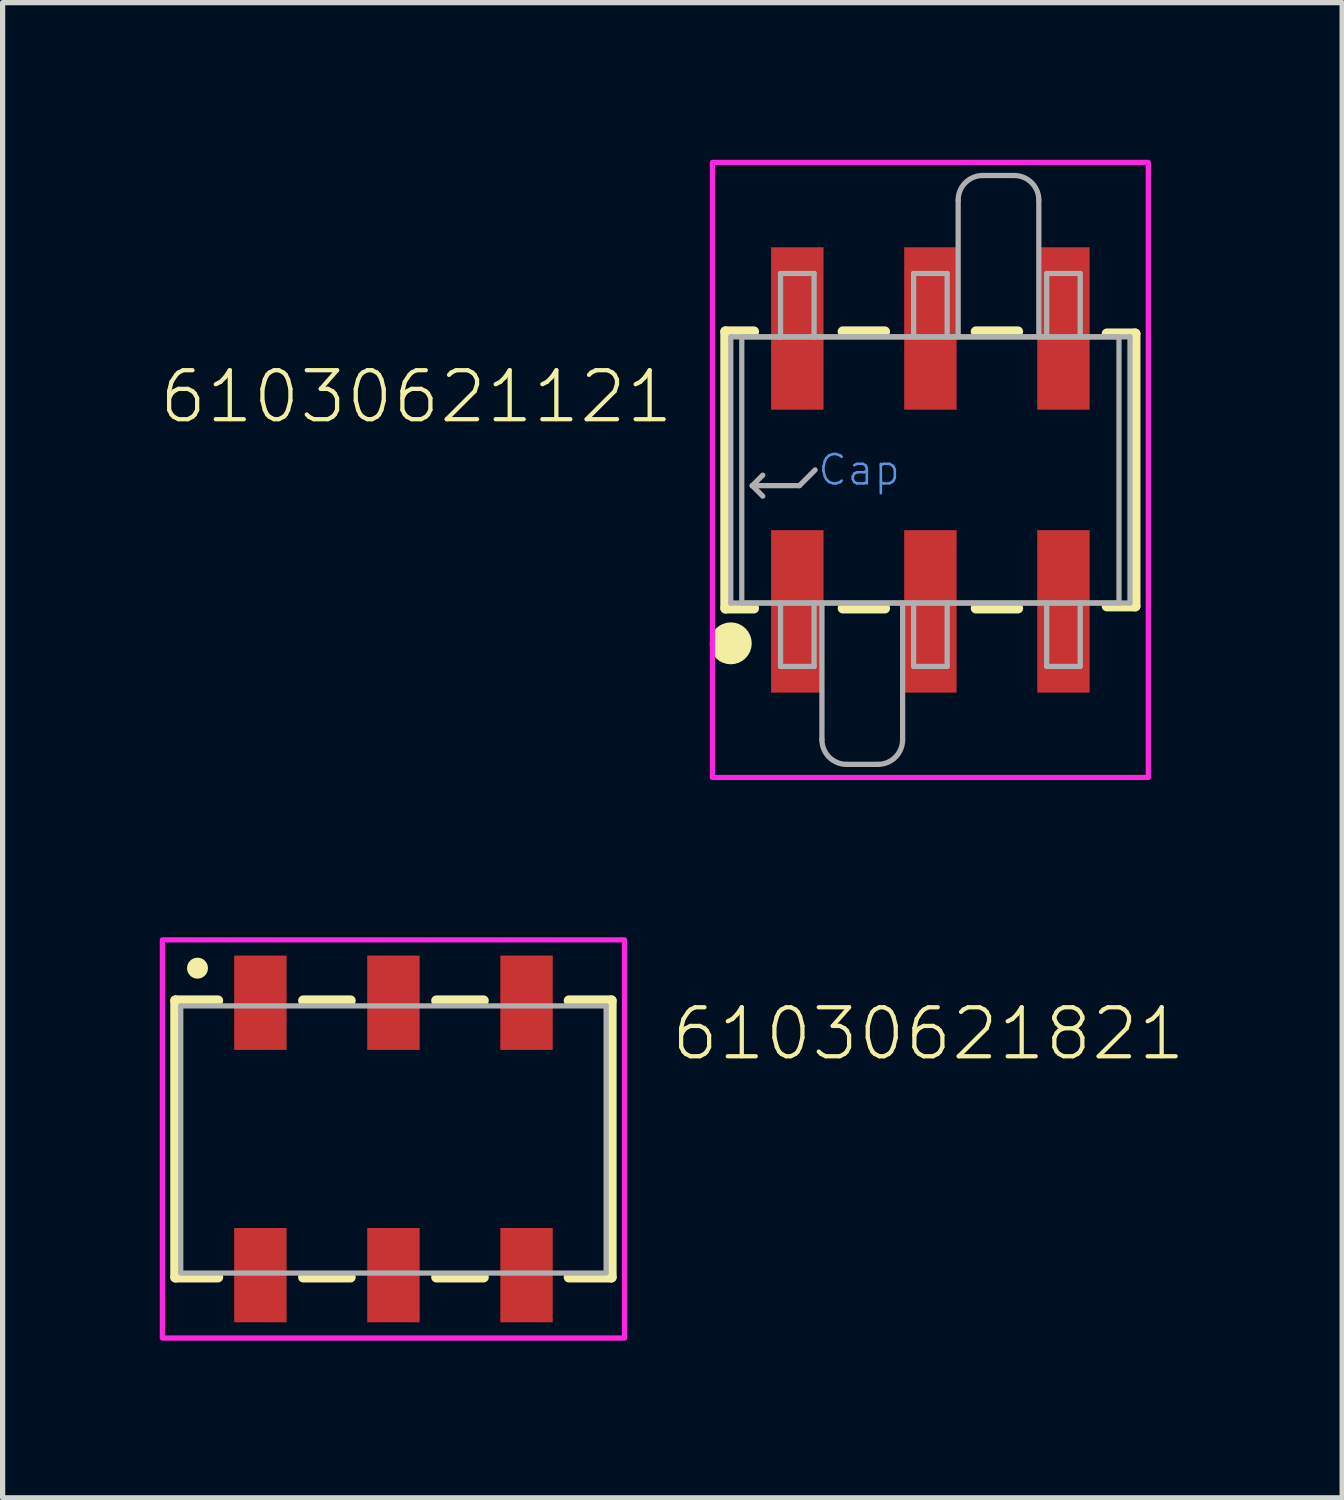
<source format=kicad_pcb>
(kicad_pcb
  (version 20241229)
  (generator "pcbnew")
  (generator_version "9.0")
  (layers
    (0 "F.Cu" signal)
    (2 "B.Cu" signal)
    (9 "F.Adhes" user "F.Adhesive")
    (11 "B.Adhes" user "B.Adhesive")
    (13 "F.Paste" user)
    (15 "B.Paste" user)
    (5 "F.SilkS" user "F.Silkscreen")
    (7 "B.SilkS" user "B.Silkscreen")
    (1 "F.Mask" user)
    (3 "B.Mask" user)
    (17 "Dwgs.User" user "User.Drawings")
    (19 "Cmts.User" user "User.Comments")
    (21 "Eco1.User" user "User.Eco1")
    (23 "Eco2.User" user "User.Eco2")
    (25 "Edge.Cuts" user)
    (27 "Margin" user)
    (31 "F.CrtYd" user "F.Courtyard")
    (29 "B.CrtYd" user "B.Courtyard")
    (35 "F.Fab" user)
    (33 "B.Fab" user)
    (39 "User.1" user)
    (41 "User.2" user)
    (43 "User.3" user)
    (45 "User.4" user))
  (footprint "61030621121"
    (layer "F.Cu")
    (at 14.709 5.92)
    (property "Reference" "61030621121" (at -4.86 -0.85 0) (unlocked yes) (layer "F.SilkS") (effects (font (size 0.935 0.935) (thickness 0.081)) (justify right bottom)))
    (fp_line (start -3.91 -2.64) (end -3.91 2.64) (stroke (width 0.2) (type solid)) (layer "F.SilkS"))
    (fp_line (start -3.91 2.64) (end -3.37 2.64) (stroke (width 0.2) (type solid)) (layer "F.SilkS"))
    (fp_line (start -3.37 -2.64) (end -3.91 -2.64) (stroke (width 0.2) (type solid)) (layer "F.SilkS"))
    (fp_line (start -1.67 2.64) (end -0.87 2.64) (stroke (width 0.2) (type solid)) (layer "F.SilkS"))
    (fp_line (start -0.87 -2.64) (end -1.67 -2.64) (stroke (width 0.2) (type solid)) (layer "F.SilkS"))
    (fp_line (start 0.87 2.64) (end 1.67 2.64) (stroke (width 0.2) (type solid)) (layer "F.SilkS"))
    (fp_line (start 1.67 -2.64) (end 0.87 -2.64) (stroke (width 0.2) (type solid)) (layer "F.SilkS"))
    (fp_line (start 3.37 -2.6) (end 3.91 -2.6) (stroke (width 0.2) (type solid)) (layer "F.SilkS"))
    (fp_line (start 3.91 -2.6) (end 3.91 2.6) (stroke (width 0.2) (type solid)) (layer "F.SilkS"))
    (fp_line (start 3.91 2.6) (end 3.37 2.6) (stroke (width 0.2) (type solid)) (layer "F.SilkS"))
    (fp_circle (center -3.81 3.31) (end -3.61 3.31) (stroke (width 0.4) (type solid)) (fill no) (layer "F.SilkS"))
    (fp_poly (pts (xy 4.16 5.87) (xy -4.16 5.87) (xy -4.16 -5.87) (xy 4.16 -5.87)) (stroke (width 0.1) (type default)) (fill no) (layer "F.CrtYd"))
    (fp_line (start -3.81 -2.54) (end -3.81 2.54) (stroke (width 0.1) (type solid)) (layer "F.Fab"))
    (fp_line (start -3.81 2.54) (end 3.81 2.54) (stroke (width 0.1) (type solid)) (layer "F.Fab"))
    (fp_line (start -3.6 -2.54) (end -3.81 -2.54) (stroke (width 0.1) (type solid)) (layer "F.Fab"))
    (fp_line (start -3.6 -2.54) (end 3.6 -2.54) (stroke (width 0.1) (type solid)) (layer "F.Fab"))
    (fp_line (start -3.6 2.54) (end -3.6 -2.54) (stroke (width 0.1) (type solid)) (layer "F.Fab"))
    (fp_line (start -3.4 0.3) (end -3.2 0.1) (stroke (width 0.1) (type solid)) (layer "F.Fab"))
    (fp_line (start -3.4 0.3) (end -3.2 0.5) (stroke (width 0.1) (type solid)) (layer "F.Fab"))
    (fp_line (start -2.86 -3.75) (end -2.22 -3.75) (stroke (width 0.1) (type solid)) (layer "F.Fab"))
    (fp_line (start -2.86 -2.54) (end -3.6 -2.54) (stroke (width 0.1) (type solid)) (layer "F.Fab"))
    (fp_line (start -2.86 -2.54) (end -2.86 -3.75) (stroke (width 0.1) (type solid)) (layer "F.Fab"))
    (fp_line (start -2.86 3.75) (end -2.86 2.54) (stroke (width 0.1) (type solid)) (layer "F.Fab"))
    (fp_line (start -2.5 0.3) (end -3.4 0.3) (stroke (width 0.1) (type solid)) (layer "F.Fab"))
    (fp_line (start -2.22 -3.75) (end -2.22 -2.54) (stroke (width 0.1) (type solid)) (layer "F.Fab"))
    (fp_line (start -2.22 -2.54) (end -2.86 -2.54) (stroke (width 0.1) (type solid)) (layer "F.Fab"))
    (fp_line (start -2.22 2.54) (end -2.22 3.75) (stroke (width 0.1) (type solid)) (layer "F.Fab"))
    (fp_line (start -2.22 3.75) (end -2.86 3.75) (stroke (width 0.1) (type solid)) (layer "F.Fab"))
    (fp_line (start -2.2 0) (end -2.5 0.3) (stroke (width 0.1) (type solid)) (layer "F.Fab"))
    (fp_line (start -2.07 5.15) (end -2.07 2.54) (stroke (width 0.1) (type solid)) (layer "F.Fab"))
    (fp_line (start -1 5.62) (end -1.6 5.62) (stroke (width 0.1) (type solid)) (layer "F.Fab"))
    (fp_line (start -0.53 2.54) (end -0.53 5.15) (stroke (width 0.1) (type solid)) (layer "F.Fab"))
    (fp_line (start -0.32 -3.75) (end 0.32 -3.75) (stroke (width 0.1) (type solid)) (layer "F.Fab"))
    (fp_line (start -0.32 -2.54) (end -0.32 -3.75) (stroke (width 0.1) (type solid)) (layer "F.Fab"))
    (fp_line (start -0.32 3.75) (end -0.32 2.54) (stroke (width 0.1) (type solid)) (layer "F.Fab"))
    (fp_line (start 0.32 -3.75) (end 0.32 -2.54) (stroke (width 0.1) (type solid)) (layer "F.Fab"))
    (fp_line (start 0.32 2.54) (end 0.32 3.75) (stroke (width 0.1) (type solid)) (layer "F.Fab"))
    (fp_line (start 0.32 3.75) (end -0.32 3.75) (stroke (width 0.1) (type solid)) (layer "F.Fab"))
    (fp_line (start 0.53 -2.54) (end 0.53 -5.15) (stroke (width 0.1) (type solid)) (layer "F.Fab"))
    (fp_line (start 1 -5.62) (end 1.6 -5.62) (stroke (width 0.1) (type solid)) (layer "F.Fab"))
    (fp_line (start 2.07 -5.15) (end 2.07 -2.54) (stroke (width 0.1) (type solid)) (layer "F.Fab"))
    (fp_line (start 2.22 -3.75) (end 2.86 -3.75) (stroke (width 0.1) (type solid)) (layer "F.Fab"))
    (fp_line (start 2.22 -2.54) (end 2.22 -3.75) (stroke (width 0.1) (type solid)) (layer "F.Fab"))
    (fp_line (start 2.22 3.75) (end 2.22 2.54) (stroke (width 0.1) (type solid)) (layer "F.Fab"))
    (fp_line (start 2.86 -3.75) (end 2.86 -2.54) (stroke (width 0.1) (type solid)) (layer "F.Fab"))
    (fp_line (start 2.86 2.54) (end 2.86 3.75) (stroke (width 0.1) (type solid)) (layer "F.Fab"))
    (fp_line (start 2.86 3.75) (end 2.22 3.75) (stroke (width 0.1) (type solid)) (layer "F.Fab"))
    (fp_line (start 3.6 -2.54) (end -2.22 -2.54) (stroke (width 0.1) (type solid)) (layer "F.Fab"))
    (fp_line (start 3.6 -2.54) (end 3.6 2.54) (stroke (width 0.1) (type solid)) (layer "F.Fab"))
    (fp_line (start 3.6 2.54) (end -3.6 2.54) (stroke (width 0.1) (type solid)) (layer "F.Fab"))
    (fp_line (start 3.81 -2.54) (end 3.6 -2.54) (stroke (width 0.1) (type solid)) (layer "F.Fab"))
    (fp_line (start 3.81 2.54) (end 3.81 -2.54) (stroke (width 0.1) (type solid)) (layer "F.Fab"))
    (fp_arc (start -1.6 5.62) (mid -1.93234 5.48234) (end -2.07 5.15) (stroke (width 0.1) (type solid)) (layer "F.Fab"))
    (fp_arc (start -0.53 5.15) (mid -0.66766 5.48234) (end -1 5.62) (stroke (width 0.1) (type solid)) (layer "F.Fab"))
    (fp_arc (start 0.53 -5.15) (mid 0.66766 -5.48234) (end 1 -5.62) (stroke (width 0.1) (type solid)) (layer "F.Fab"))
    (fp_arc (start 1.6 -5.62) (mid 1.93234 -5.48234) (end 2.07 -5.15) (stroke (width 0.1) (type solid)) (layer "F.Fab"))
    (fp_text user "Cap" (at -1.36 0 0) (unlocked yes) (layer "Cmts.User") (effects (font (size 0.561 0.561) (thickness 0.049))))
    (pad "1" smd rect (at -2.54 2.7 90) (size 3.1 1) (layers "F.Cu" "F.Mask" "F.Paste"))
    (pad "2" smd rect (at -2.54 -2.7 90) (size 3.1 1) (layers "F.Cu" "F.Mask" "F.Paste"))
    (pad "3" smd rect (at 0 2.7 90) (size 3.1 1) (layers "F.Cu" "F.Mask" "F.Paste"))
    (pad "4" smd rect (at 0 -2.7 90) (size 3.1 1) (layers "F.Cu" "F.Mask" "F.Paste"))
    (pad "5" smd rect (at 2.54 2.7 90) (size 3.1 1) (layers "F.Cu" "F.Mask" "F.Paste"))
    (pad "6" smd rect (at 2.54 -2.7 90) (size 3.1 1) (layers "F.Cu" "F.Mask" "F.Paste")))
  (footprint "61030621821"
    (layer "F.Cu")
    (at 4.46 18.69)
    (property "Reference" "61030621821" (at 5.26 -1.46 0) (unlocked yes) (layer "F.SilkS") (effects (font (size 0.935 0.935) (thickness 0.081)) (justify left bottom)))
    (fp_line (start -4.16 -2.64) (end -4.16 2.64) (stroke (width 0.2) (type solid)) (layer "F.SilkS"))
    (fp_line (start -3.35 -2.64) (end -4.16 -2.64) (stroke (width 0.2) (type solid)) (layer "F.SilkS"))
    (fp_line (start -3.35 2.64) (end -4.16 2.64) (stroke (width 0.2) (type solid)) (layer "F.SilkS"))
    (fp_line (start -1.72 2.64) (end -0.82 2.64) (stroke (width 0.2) (type solid)) (layer "F.SilkS"))
    (fp_line (start -0.82 -2.64) (end -1.72 -2.64) (stroke (width 0.2) (type solid)) (layer "F.SilkS"))
    (fp_line (start 0.82 2.64) (end 1.72 2.64) (stroke (width 0.2) (type solid)) (layer "F.SilkS"))
    (fp_line (start 1.72 -2.64) (end 0.82 -2.64) (stroke (width 0.2) (type solid)) (layer "F.SilkS"))
    (fp_line (start 3.35 -2.64) (end 4.16 -2.64) (stroke (width 0.2) (type solid)) (layer "F.SilkS"))
    (fp_line (start 3.35 2.64) (end 4.16 2.64) (stroke (width 0.2) (type solid)) (layer "F.SilkS"))
    (fp_line (start 4.16 2.64) (end 4.16 -2.64) (stroke (width 0.2) (type solid)) (layer "F.SilkS"))
    (fp_circle (center -3.74 -3.26) (end -3.64 -3.26) (stroke (width 0.2) (type solid)) (fill no) (layer "F.SilkS"))
    (fp_poly (pts (xy 4.41 3.8) (xy -4.41 3.8) (xy -4.41 -3.8) (xy 4.41 -3.8)) (stroke (width 0.1) (type default)) (fill no) (layer "F.CrtYd"))
    (fp_line (start -4.06 -2.54) (end -4.06 2.54) (stroke (width 0.1) (type solid)) (layer "F.Fab"))
    (fp_line (start 4.06 -2.54) (end -4.06 -2.54) (stroke (width 0.1) (type solid)) (layer "F.Fab"))
    (fp_line (start 4.06 2.54) (end 4.06 -2.54) (stroke (width 0.1) (type solid)) (layer "F.Fab"))
    (fp_line (start 4.06 2.56) (end -4.06 2.56) (stroke (width 0.1) (type solid)) (layer "F.Fab"))
    (pad "1" smd rect (at -2.54 -2.6) (size 1 1.8) (layers "F.Cu" "F.Mask" "F.Paste"))
    (pad "2" smd rect (at -2.54 2.6) (size 1 1.8) (layers "F.Cu" "F.Mask" "F.Paste"))
    (pad "3" smd rect (at 0 -2.6) (size 1 1.8) (layers "F.Cu" "F.Mask" "F.Paste"))
    (pad "4" smd rect (at 0 2.6) (size 1 1.8) (layers "F.Cu" "F.Mask" "F.Paste"))
    (pad "5" smd rect (at 2.54 -2.6) (size 1 1.8) (layers "F.Cu" "F.Mask" "F.Paste"))
    (pad "6" smd rect (at 2.54 2.6) (size 1 1.8) (layers "F.Cu" "F.Mask" "F.Paste")))
  (gr_rect
    (start -3 -3)
    (end 22.569 25.54)
    (stroke (width 0.1) (type default))
    (fill no)
    (layer "Edge.Cuts")))
</source>
